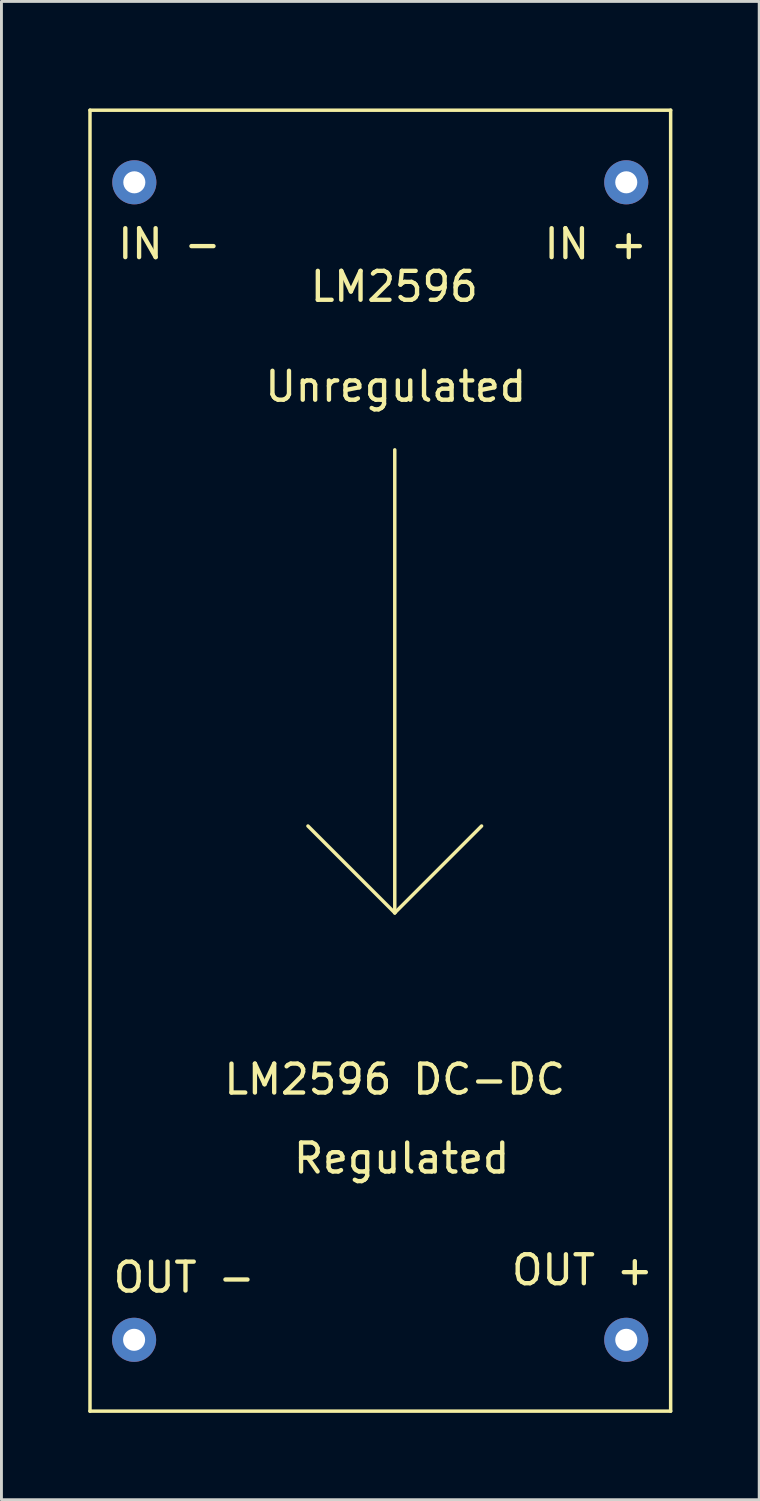
<source format=kicad_pcb>
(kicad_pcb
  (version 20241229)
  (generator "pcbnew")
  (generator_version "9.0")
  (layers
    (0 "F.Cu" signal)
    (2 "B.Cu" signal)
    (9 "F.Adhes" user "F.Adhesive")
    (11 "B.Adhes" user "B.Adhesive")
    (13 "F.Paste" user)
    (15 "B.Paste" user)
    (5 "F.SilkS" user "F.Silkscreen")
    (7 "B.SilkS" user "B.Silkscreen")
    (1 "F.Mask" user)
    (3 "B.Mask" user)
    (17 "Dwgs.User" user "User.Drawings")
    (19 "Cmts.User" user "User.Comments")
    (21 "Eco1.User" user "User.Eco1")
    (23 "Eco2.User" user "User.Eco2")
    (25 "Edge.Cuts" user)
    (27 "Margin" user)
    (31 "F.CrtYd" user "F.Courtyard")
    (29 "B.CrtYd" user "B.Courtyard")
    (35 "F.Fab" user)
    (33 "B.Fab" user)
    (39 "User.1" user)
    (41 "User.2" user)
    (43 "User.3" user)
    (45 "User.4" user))
  (footprint "LM2596"
    (layer "F.Cu")
    (at 11.592 0.25)
    (property "Reference" "LM2596" (at -1.016 6.604 0) (layer "F.SilkS") (effects (font (size 1 1) (thickness 0.15))))
    (attr through_hole)
    (fp_line (start -11.532 0.508) (end -11.532 45.466) (stroke (width 0.12) (type solid)) (layer "F.SilkS"))
    (fp_line (start -11.532 0.508) (end 8.534 0.508) (stroke (width 0.12) (type solid)) (layer "F.SilkS"))
    (fp_line (start -11.532 45.466) (end 8.534 45.466) (stroke (width 0.12) (type solid)) (layer "F.SilkS"))
    (fp_line (start -1 12.245) (end -1 28.245) (stroke (width 0.12) (type solid)) (layer "F.SilkS"))
    (fp_line (start -1 28.245) (end -4 25.245) (stroke (width 0.12) (type solid)) (layer "F.SilkS"))
    (fp_line (start -1 28.245) (end 2 25.245) (stroke (width 0.12) (type solid)) (layer "F.SilkS"))
    (fp_line (start 8.534 0.508) (end 8.534 45.466) (stroke (width 0.12) (type solid)) (layer "F.SilkS"))
    (fp_text user "IN -" (at -8.788 5.131 0) (layer "F.SilkS") (effects (font (size 1 1) (thickness 0.15))))
    (fp_text user "OUT +" (at 5.486 40.589 0) (layer "F.SilkS") (effects (font (size 1 1) (thickness 0.15))))
    (fp_text user "IN +" (at 5.944 5.131 0) (layer "F.SilkS") (effects (font (size 1 1) (thickness 0.15))))
    (fp_text user "LM2596 DC-DC" (at -1 34 0) (layer "F.SilkS") (effects (font (size 1 1) (thickness 0.15))))
    (fp_text user "OUT -" (at -8.28 40.843 0) (layer "F.SilkS") (effects (font (size 1 1) (thickness 0.15))))
    (fp_text user "Regulated" (at -0.762 36.728 0) (layer "F.SilkS") (effects (font (size 1 1) (thickness 0.15))))
    (fp_text user "Unregulated" (at -0.965 10.058 0) (layer "F.SilkS") (effects (font (size 1 1) (thickness 0.15))))
    (pad "1" thru_hole circle (at -10 3) (size 1.524 1.524) (drill 0.762) (layers "*.Cu" "*.Mask"))
    (pad "2" thru_hole circle (at 7 3) (size 1.524 1.524) (drill 0.762) (layers "*.Cu" "*.Mask"))
    (pad "3" thru_hole circle (at -10.008 43) (size 1.524 1.524) (drill 0.762) (layers "*.Cu" "*.Mask"))
    (pad "4" thru_hole circle (at 7 43) (size 1.524 1.524) (drill 0.762) (layers "*.Cu" "*.Mask")))
  (gr_rect
    (start -3 -3)
    (end 23.186 48.776)
    (stroke (width 0.1) (type default))
    (fill no)
    (layer "Edge.Cuts")))
</source>
